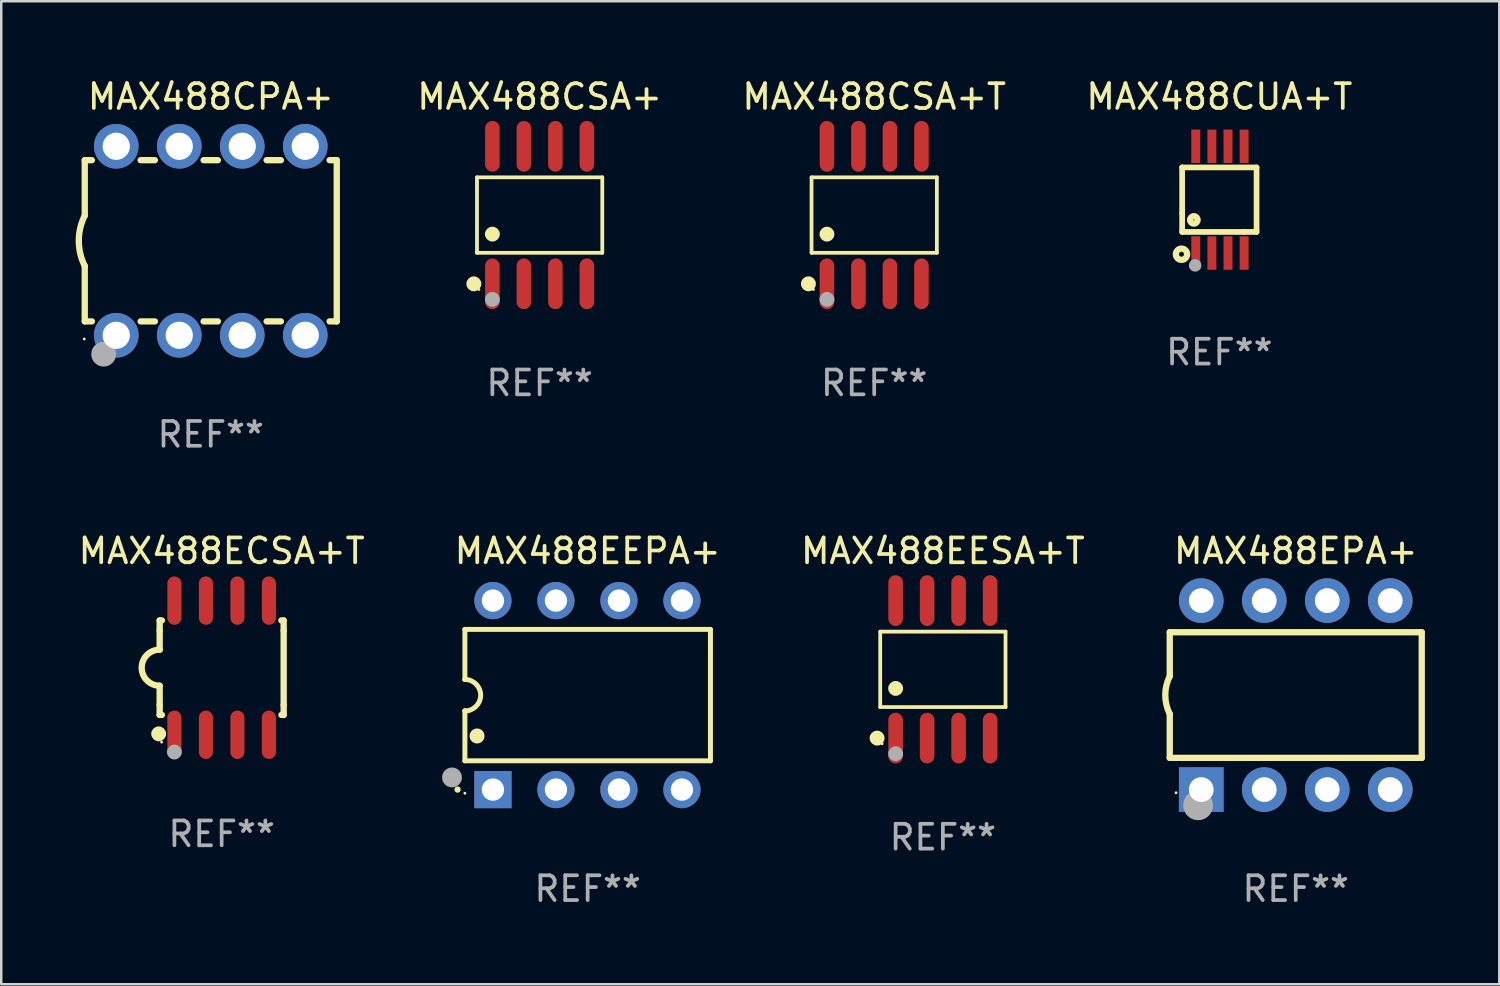
<source format=kicad_pcb>
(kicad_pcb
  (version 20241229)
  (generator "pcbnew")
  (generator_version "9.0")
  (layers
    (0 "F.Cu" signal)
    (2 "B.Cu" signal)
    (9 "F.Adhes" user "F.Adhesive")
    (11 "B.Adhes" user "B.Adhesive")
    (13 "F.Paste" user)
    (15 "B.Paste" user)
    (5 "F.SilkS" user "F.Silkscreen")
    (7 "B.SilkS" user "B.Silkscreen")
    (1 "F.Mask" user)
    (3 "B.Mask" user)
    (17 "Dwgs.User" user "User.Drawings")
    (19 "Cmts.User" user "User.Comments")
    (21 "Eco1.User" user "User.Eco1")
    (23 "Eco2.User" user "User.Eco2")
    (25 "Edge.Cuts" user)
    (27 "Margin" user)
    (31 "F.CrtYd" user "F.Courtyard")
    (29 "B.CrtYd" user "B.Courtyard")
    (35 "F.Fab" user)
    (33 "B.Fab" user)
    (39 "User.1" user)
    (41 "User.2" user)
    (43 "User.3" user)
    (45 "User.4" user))
  (footprint "MAX488EPA+"
    (layer "F.Cu")
    (at 49.192 24.975)
    (property "Reference" "MAX488EPA+" (at 0 -5.81 0) (layer "F.SilkS") (effects (font (size 1 1) (thickness 0.15))))
    (attr through_hole)
    (fp_line (start -5.08 -2.534) (end 5.08 -2.534) (stroke (width 0.254) (type solid)) (layer "F.SilkS"))
    (fp_line (start -5.08 -0.762) (end -5.08 -2.534) (stroke (width 0.254) (type solid)) (layer "F.SilkS"))
    (fp_line (start -5.08 2.531) (end -5.08 0.762) (stroke (width 0.254) (type solid)) (layer "F.SilkS"))
    (fp_line (start -5.08 2.531) (end 5.08 2.531) (stroke (width 0.254) (type solid)) (layer "F.SilkS"))
    (fp_line (start 5.08 2.531) (end 5.08 -2.534) (stroke (width 0.254) (type solid)) (layer "F.SilkS"))
    (fp_arc (start -5.08001 0.762001) (mid -5.259894 0) (end -5.08001 -0.762002) (stroke (width 0.254001) (type solid)) (layer "F.SilkS"))
    (fp_circle (center -4.826 3.937) (end -4.796 3.937) (stroke (width 0.06) (type solid)) (fill no) (layer "F.SilkS"))
    (fp_circle (center -3.937 4.445) (end -3.637 4.445) (stroke (width 0.6) (type solid)) (fill no) (layer "F.Fab"))
    (fp_text user "REF**" (at 0 7.81 0) (layer "F.Fab") (effects (font (size 1 1) (thickness 0.15))))
    (pad "1" thru_hole rect (at -3.81 3.81) (size 1.8 1.8) (drill 1) (layers "*.Cu" "*.Mask"))
    (pad "2" thru_hole circle (at -1.27 3.81) (size 1.8 1.8) (drill 1) (layers "*.Cu" "*.Mask"))
    (pad "3" thru_hole circle (at 1.27 3.81) (size 1.8 1.8) (drill 1) (layers "*.Cu" "*.Mask"))
    (pad "4" thru_hole circle (at 3.81 3.81) (size 1.8 1.8) (drill 1) (layers "*.Cu" "*.Mask"))
    (pad "5" thru_hole circle (at 3.81 -3.81) (size 1.8 1.8) (drill 1) (layers "*.Cu" "*.Mask"))
    (pad "6" thru_hole circle (at 1.27 -3.81) (size 1.8 1.8) (drill 1) (layers "*.Cu" "*.Mask"))
    (pad "7" thru_hole circle (at -1.27 -3.81) (size 1.8 1.8) (drill 1) (layers "*.Cu" "*.Mask"))
    (pad "8" thru_hole circle (at -3.81 -3.81) (size 1.8 1.8) (drill 1) (layers "*.Cu" "*.Mask")))
  (footprint "MAX488EEPA+"
    (layer "F.Cu")
    (at 20.644 24.975)
    (property "Reference" "MAX488EEPA+" (at 0 -5.81 0) (layer "F.SilkS") (effects (font (size 1 1) (thickness 0.15))))
    (attr through_hole)
    (fp_line (start -4.95 -2.649) (end 4.95 -2.649) (stroke (width 0.2) (type solid)) (layer "F.SilkS"))
    (fp_line (start -4.95 -0.635) (end -4.95 -2.649) (stroke (width 0.2) (type solid)) (layer "F.SilkS"))
    (fp_line (start -4.95 0.635) (end -4.95 0.64) (stroke (width 0.2) (type solid)) (layer "F.SilkS"))
    (fp_line (start -4.95 2.649) (end -4.95 0.635) (stroke (width 0.2) (type solid)) (layer "F.SilkS"))
    (fp_line (start -4.95 -0.64) (end -4.95 -0.635) (stroke (width 0.2) (type solid)) (layer "F.SilkS"))
    (fp_line (start 4.95 -2.649) (end 4.95 2.649) (stroke (width 0.2) (type solid)) (layer "F.SilkS"))
    (fp_line (start 4.95 2.649) (end -4.95 2.649) (stroke (width 0.2) (type solid)) (layer "F.SilkS"))
    (fp_arc (start -5.24511 3.810008) (mid -5.245117 3.808738) (end -5.24511 3.807468) (stroke (width 0.25) (type solid)) (layer "F.SilkS"))
    (fp_arc (start -4.950165 -0.629997) (mid -4.315164 0.005004) (end -4.950165 0.640005) (stroke (width 0.2) (type solid)) (layer "F.SilkS"))
    (fp_arc (start -4.460249 1.651003) (mid -4.46026 1.648463) (end -4.460249 1.645923) (stroke (width 0.6) (type solid)) (layer "F.SilkS"))
    (fp_circle (center -4.95 3.956) (end -4.92 3.956) (stroke (width 0.06) (type solid)) (fill no) (layer "F.SilkS"))
    (fp_circle (center -5.47 3.32) (end -5.27 3.32) (stroke (width 0.4) (type solid)) (fill no) (layer "F.Fab"))
    (fp_text user "REF**" (at 0 7.81 0) (layer "F.Fab") (effects (font (size 1 1) (thickness 0.15))))
    (pad "1" thru_hole rect (at -3.82 3.81) (size 1.5 1.5) (drill 0.9) (layers "*.Cu" "*.Mask"))
    (pad "2" thru_hole circle (at -1.28 3.81) (size 1.5 1.5) (drill 0.9) (layers "*.Cu" "*.Mask"))
    (pad "3" thru_hole circle (at 1.26 3.81) (size 1.5 1.5) (drill 0.9) (layers "*.Cu" "*.Mask"))
    (pad "4" thru_hole circle (at 3.8 3.81) (size 1.5 1.5) (drill 0.9) (layers "*.Cu" "*.Mask"))
    (pad "5" thru_hole circle (at 3.8 -3.81) (size 1.5 1.5) (drill 0.9) (layers "*.Cu" "*.Mask"))
    (pad "6" thru_hole circle (at 1.26 -3.81) (size 1.5 1.5) (drill 0.9) (layers "*.Cu" "*.Mask"))
    (pad "7" thru_hole circle (at -1.28 -3.81) (size 1.5 1.5) (drill 0.9) (layers "*.Cu" "*.Mask"))
    (pad "8" thru_hole circle (at -3.82 -3.81) (size 1.5 1.5) (drill 0.9) (layers "*.Cu" "*.Mask")))
  (footprint "MAX488CPA+"
    (layer "F.Cu")
    (at 5.447 6.658)
    (property "Reference" "MAX488CPA+" (at 0 -5.81 0) (layer "F.SilkS") (effects (font (size 1 1) (thickness 0.15))))
    (attr through_hole)
    (fp_line (start -5.08 -3.25) (end -5.08 -1.017) (stroke (width 0.254) (type solid)) (layer "F.SilkS"))
    (fp_line (start -5.08 -3.25) (end -4.792 -3.25) (stroke (width 0.254) (type solid)) (layer "F.SilkS"))
    (fp_line (start -5.08 3.25) (end -5.08 1.015) (stroke (width 0.254) (type solid)) (layer "F.SilkS"))
    (fp_line (start -5.08 3.25) (end -4.792 3.25) (stroke (width 0.254) (type solid)) (layer "F.SilkS"))
    (fp_line (start -2.828 -3.25) (end -2.252 -3.25) (stroke (width 0.254) (type solid)) (layer "F.SilkS"))
    (fp_line (start -2.828 3.25) (end -2.252 3.25) (stroke (width 0.254) (type solid)) (layer "F.SilkS"))
    (fp_line (start -0.288 -3.25) (end 0.288 -3.25) (stroke (width 0.254) (type solid)) (layer "F.SilkS"))
    (fp_line (start -0.288 3.25) (end 0.288 3.25) (stroke (width 0.254) (type solid)) (layer "F.SilkS"))
    (fp_line (start 2.252 -3.25) (end 2.828 -3.25) (stroke (width 0.254) (type solid)) (layer "F.SilkS"))
    (fp_line (start 2.252 3.25) (end 2.828 3.25) (stroke (width 0.254) (type solid)) (layer "F.SilkS"))
    (fp_line (start 4.792 -3.25) (end 5.08 -3.25) (stroke (width 0.254) (type solid)) (layer "F.SilkS"))
    (fp_line (start 4.792 3.25) (end 5.08 3.25) (stroke (width 0.254) (type solid)) (layer "F.SilkS"))
    (fp_line (start 5.08 -3.25) (end 5.08 3.25) (stroke (width 0.254) (type solid)) (layer "F.SilkS"))
    (fp_arc (start -5.08001 1.01524) (mid -5.319856 -0.000762) (end -5.08001 -1.016764) (stroke (width 0.254001) (type solid)) (layer "F.SilkS"))
    (fp_circle (center -5.1 3.96) (end -5.07 3.96) (stroke (width 0.06) (type solid)) (fill no) (layer "F.SilkS"))
    (fp_circle (center -4.318 4.572) (end -4.068 4.572) (stroke (width 0.5) (type solid)) (fill no) (layer "F.Fab"))
    (fp_text user "REF**" (at 0 7.81 0) (layer "F.Fab") (effects (font (size 1 1) (thickness 0.15))))
    (pad "1" thru_hole circle (at -3.81 3.81) (size 1.8 1.8) (drill 1.1) (layers "*.Cu" "*.Mask"))
    (pad "2" thru_hole circle (at -1.27 3.81) (size 1.8 1.8) (drill 1.1) (layers "*.Cu" "*.Mask"))
    (pad "3" thru_hole circle (at 1.27 3.81) (size 1.8 1.8) (drill 1.1) (layers "*.Cu" "*.Mask"))
    (pad "4" thru_hole circle (at 3.81 3.81) (size 1.8 1.8) (drill 1.1) (layers "*.Cu" "*.Mask"))
    (pad "5" thru_hole circle (at 3.81 -3.81) (size 1.8 1.8) (drill 1.1) (layers "*.Cu" "*.Mask"))
    (pad "6" thru_hole circle (at 1.27 -3.81) (size 1.8 1.8) (drill 1.1) (layers "*.Cu" "*.Mask"))
    (pad "7" thru_hole circle (at -1.27 -3.81) (size 1.8 1.8) (drill 1.1) (layers "*.Cu" "*.Mask"))
    (pad "8" thru_hole circle (at -3.81 -3.81) (size 1.8 1.8) (drill 1.1) (layers "*.Cu" "*.Mask")))
  (footprint "MAX488CSA+T"
    (layer "F.Cu")
    (at 32.196 5.621)
    (property "Reference" "MAX488CSA+T" (at 0 -4.772 0) (layer "F.SilkS") (effects (font (size 1 1) (thickness 0.15))))
    (attr through_hole)
    (fp_line (start -2.526 -1.521) (end 2.526 -1.521) (stroke (width 0.152) (type solid)) (layer "F.SilkS"))
    (fp_line (start -2.526 1.521) (end -2.526 -1.521) (stroke (width 0.152) (type solid)) (layer "F.SilkS"))
    (fp_line (start 2.526 -1.521) (end 2.526 1.521) (stroke (width 0.152) (type solid)) (layer "F.SilkS"))
    (fp_line (start 2.526 1.521) (end -2.526 1.521) (stroke (width 0.152) (type solid)) (layer "F.SilkS"))
    (fp_circle (center -2.652 2.772) (end -2.501 2.772) (stroke (width 0.3) (type solid)) (fill no) (layer "F.SilkS"))
    (fp_circle (center -2.45 3) (end -2.42 3) (stroke (width 0.06) (type solid)) (fill no) (layer "F.SilkS"))
    (fp_circle (center -1.905 0.769) (end -1.755 0.769) (stroke (width 0.3) (type solid)) (fill no) (layer "F.SilkS"))
    (fp_circle (center -1.905 3.4) (end -1.755 3.4) (stroke (width 0.3) (type solid)) (fill no) (layer "F.Fab"))
    (fp_text user "REF**" (at 0 6.772 0) (layer "F.Fab") (effects (font (size 1 1) (thickness 0.15))))
    (pad "1" smd oval (at -1.905 2.772) (size 0.588 2.045) (layers "F.Cu" "F.Mask" "F.Paste"))
    (pad "2" smd oval (at -0.635 2.772) (size 0.588 2.045) (layers "F.Cu" "F.Mask" "F.Paste"))
    (pad "3" smd oval (at 0.635 2.772) (size 0.588 2.045) (layers "F.Cu" "F.Mask" "F.Paste"))
    (pad "4" smd oval (at 1.905 2.772) (size 0.588 2.045) (layers "F.Cu" "F.Mask" "F.Paste"))
    (pad "5" smd oval (at 1.905 -2.772) (size 0.588 2.045) (layers "F.Cu" "F.Mask" "F.Paste"))
    (pad "6" smd oval (at 0.635 -2.772) (size 0.588 2.045) (layers "F.Cu" "F.Mask" "F.Paste"))
    (pad "7" smd oval (at -0.635 -2.772) (size 0.588 2.045) (layers "F.Cu" "F.Mask" "F.Paste"))
    (pad "8" smd oval (at -1.905 -2.772) (size 0.588 2.045) (layers "F.Cu" "F.Mask" "F.Paste")))
  (footprint "MAX488CSA+"
    (layer "F.Cu")
    (at 18.707 5.621)
    (property "Reference" "MAX488CSA+" (at 0 -4.772 0) (layer "F.SilkS") (effects (font (size 1 1) (thickness 0.15))))
    (attr through_hole)
    (fp_line (start -2.526 -1.521) (end 2.526 -1.521) (stroke (width 0.152) (type solid)) (layer "F.SilkS"))
    (fp_line (start -2.526 1.521) (end -2.526 -1.521) (stroke (width 0.152) (type solid)) (layer "F.SilkS"))
    (fp_line (start 2.526 -1.521) (end 2.526 1.521) (stroke (width 0.152) (type solid)) (layer "F.SilkS"))
    (fp_line (start 2.526 1.521) (end -2.526 1.521) (stroke (width 0.152) (type solid)) (layer "F.SilkS"))
    (fp_circle (center -2.652 2.772) (end -2.501 2.772) (stroke (width 0.3) (type solid)) (fill no) (layer "F.SilkS"))
    (fp_circle (center -2.45 3) (end -2.42 3) (stroke (width 0.06) (type solid)) (fill no) (layer "F.SilkS"))
    (fp_circle (center -1.905 0.769) (end -1.755 0.769) (stroke (width 0.3) (type solid)) (fill no) (layer "F.SilkS"))
    (fp_circle (center -1.905 3.4) (end -1.755 3.4) (stroke (width 0.3) (type solid)) (fill no) (layer "F.Fab"))
    (fp_text user "REF**" (at 0 6.772 0) (layer "F.Fab") (effects (font (size 1 1) (thickness 0.15))))
    (pad "1" smd oval (at -1.905 2.772) (size 0.588 2.045) (layers "F.Cu" "F.Mask" "F.Paste"))
    (pad "2" smd oval (at -0.635 2.772) (size 0.588 2.045) (layers "F.Cu" "F.Mask" "F.Paste"))
    (pad "3" smd oval (at 0.635 2.772) (size 0.588 2.045) (layers "F.Cu" "F.Mask" "F.Paste"))
    (pad "4" smd oval (at 1.905 2.772) (size 0.588 2.045) (layers "F.Cu" "F.Mask" "F.Paste"))
    (pad "5" smd oval (at 1.905 -2.772) (size 0.588 2.045) (layers "F.Cu" "F.Mask" "F.Paste"))
    (pad "6" smd oval (at 0.635 -2.772) (size 0.588 2.045) (layers "F.Cu" "F.Mask" "F.Paste"))
    (pad "7" smd oval (at -0.635 -2.772) (size 0.588 2.045) (layers "F.Cu" "F.Mask" "F.Paste"))
    (pad "8" smd oval (at -1.905 -2.772) (size 0.588 2.045) (layers "F.Cu" "F.Mask" "F.Paste")))
  (footprint "MAX488CUA+T"
    (layer "F.Cu")
    (at 46.112 5)
    (property "Reference" "MAX488CUA+T" (at 0 -4.152 0) (layer "F.SilkS") (effects (font (size 1 1) (thickness 0.15))))
    (attr through_hole)
    (fp_line (start -1.5 1.301) (end 1 1.301) (stroke (width 0.229) (type solid)) (layer "F.SilkS"))
    (fp_line (start -1.5 -1.299) (end -1.5 0.551) (stroke (width 0.229) (type solid)) (layer "F.SilkS"))
    (fp_line (start -1.5 0.551) (end -1.5 1.301) (stroke (width 0.229) (type solid)) (layer "F.SilkS"))
    (fp_line (start 1 1.301) (end 1.5 1.301) (stroke (width 0.229) (type solid)) (layer "F.SilkS"))
    (fp_line (start 1.5 1.301) (end 1.5 -1.299) (stroke (width 0.229) (type solid)) (layer "F.SilkS"))
    (fp_line (start 1.5 -1.299) (end -1.5 -1.299) (stroke (width 0.229) (type solid)) (layer "F.SilkS"))
    (fp_circle (center -1.526 2.2) (end -1.426 2.2) (stroke (width 0.254) (type solid)) (fill no) (layer "F.SilkS"))
    (fp_circle (center -1.476 2.45) (end -1.446 2.45) (stroke (width 0.06) (type solid)) (fill no) (layer "F.SilkS"))
    (fp_circle (center -1.028 0.817) (end -0.878 0.817) (stroke (width 0.254) (type solid)) (fill no) (layer "F.SilkS"))
    (fp_circle (center -0.976 2.65) (end -0.849 2.65) (stroke (width 0.254) (type solid)) (fill no) (layer "F.Fab"))
    (fp_text user "REF**" (at 0 6.152 0) (layer "F.Fab") (effects (font (size 1 1) (thickness 0.15))))
    (pad "1" smd rect (at -0.951 2.15) (size 0.36 1.35) (layers "F.Cu" "F.Mask" "F.Paste"))
    (pad "2" smd rect (at -0.301 2.152) (size 0.36 1.35) (layers "F.Cu" "F.Mask" "F.Paste"))
    (pad "3" smd rect (at 0.349 2.151) (size 0.36 1.35) (layers "F.Cu" "F.Mask" "F.Paste"))
    (pad "4" smd rect (at 0.999 2.152) (size 0.36 1.35) (layers "F.Cu" "F.Mask" "F.Paste"))
    (pad "5" smd rect (at 0.999 -2.149) (size 0.36 1.35) (layers "F.Cu" "F.Mask" "F.Paste"))
    (pad "6" smd rect (at 0.349 -2.152) (size 0.36 1.35) (layers "F.Cu" "F.Mask" "F.Paste"))
    (pad "7" smd rect (at -0.301 -2.149) (size 0.36 1.35) (layers "F.Cu" "F.Mask" "F.Paste"))
    (pad "8" smd rect (at -0.951 -2.152) (size 0.36 1.35) (layers "F.Cu" "F.Mask" "F.Paste")))
  (footprint "MAX488ECSA+T"
    (layer "F.Cu")
    (at 5.887 23.87)
    (property "Reference" "MAX488ECSA+T" (at 0 -4.705 0) (layer "F.SilkS") (effects (font (size 1 1) (thickness 0.15))))
    (attr through_hole)
    (fp_line (start -2.5 -1.905) (end -2.409 -1.905) (stroke (width 0.254) (type solid)) (layer "F.SilkS"))
    (fp_line (start -2.5 -1.5) (end -2.5 -1.905) (stroke (width 0.254) (type solid)) (layer "F.SilkS"))
    (fp_line (start -2.5 -1.5) (end -2.5 -0.726) (stroke (width 0.254) (type solid)) (layer "F.SilkS"))
    (fp_line (start -2.5 1.5) (end -2.5 0.727) (stroke (width 0.254) (type solid)) (layer "F.SilkS"))
    (fp_line (start -2.5 1.5) (end -2.5 1.905) (stroke (width 0.254) (type solid)) (layer "F.SilkS"))
    (fp_line (start -2.5 1.905) (end -2.409 1.905) (stroke (width 0.254) (type solid)) (layer "F.SilkS"))
    (fp_line (start 2.5 -1.905) (end 2.409 -1.905) (stroke (width 0.254) (type solid)) (layer "F.SilkS"))
    (fp_line (start 2.5 -1.5) (end 2.5 -1.905) (stroke (width 0.254) (type solid)) (layer "F.SilkS"))
    (fp_line (start 2.5 -1.5) (end 2.5 1.5) (stroke (width 0.254) (type solid)) (layer "F.SilkS"))
    (fp_line (start 2.5 1.5) (end 2.5 1.905) (stroke (width 0.254) (type solid)) (layer "F.SilkS"))
    (fp_line (start 2.5 1.905) (end 2.409 1.905) (stroke (width 0.254) (type solid)) (layer "F.SilkS"))
    (fp_arc (start -2.5 0.726568) (mid -3.220316 -0.0023) (end -2.495097 -0.726289) (stroke (width 0.254001) (type solid)) (layer "F.SilkS"))
    (fp_circle (center -2.54 2.667) (end -2.39 2.667) (stroke (width 0.3) (type solid)) (fill no) (layer "F.SilkS"))
    (fp_circle (center -2.42 3) (end -2.39 3) (stroke (width 0.06) (type solid)) (fill no) (layer "F.SilkS"))
    (fp_circle (center -1.905 3.4) (end -1.755 3.4) (stroke (width 0.3) (type solid)) (fill no) (layer "F.Fab"))
    (fp_text user "REF**" (at 0 6.705 0) (layer "F.Fab") (effects (font (size 1 1) (thickness 0.15))))
    (pad "1" smd oval (at -1.905 2.705) (size 0.568 1.95) (layers "F.Cu" "F.Mask" "F.Paste"))
    (pad "2" smd oval (at -0.635 2.705) (size 0.568 1.95) (layers "F.Cu" "F.Mask" "F.Paste"))
    (pad "3" smd oval (at 0.635 2.705) (size 0.568 1.95) (layers "F.Cu" "F.Mask" "F.Paste"))
    (pad "4" smd oval (at 1.905 2.705) (size 0.568 1.95) (layers "F.Cu" "F.Mask" "F.Paste"))
    (pad "5" smd oval (at 1.905 -2.705) (size 0.568 1.95) (layers "F.Cu" "F.Mask" "F.Paste"))
    (pad "6" smd oval (at 0.635 -2.705) (size 0.568 1.95) (layers "F.Cu" "F.Mask" "F.Paste"))
    (pad "7" smd oval (at -0.635 -2.705) (size 0.568 1.95) (layers "F.Cu" "F.Mask" "F.Paste"))
    (pad "8" smd oval (at -1.905 -2.705) (size 0.568 1.95) (layers "F.Cu" "F.Mask" "F.Paste")))
  (footprint "MAX488EESA+T"
    (layer "F.Cu")
    (at 34.965 23.937)
    (property "Reference" "MAX488EESA+T" (at 0 -4.772 0) (layer "F.SilkS") (effects (font (size 1 1) (thickness 0.15))))
    (attr through_hole)
    (fp_line (start -2.526 -1.521) (end 2.526 -1.521) (stroke (width 0.152) (type solid)) (layer "F.SilkS"))
    (fp_line (start -2.526 1.521) (end -2.526 -1.521) (stroke (width 0.152) (type solid)) (layer "F.SilkS"))
    (fp_line (start 2.526 -1.521) (end 2.526 1.521) (stroke (width 0.152) (type solid)) (layer "F.SilkS"))
    (fp_line (start 2.526 1.521) (end -2.526 1.521) (stroke (width 0.152) (type solid)) (layer "F.SilkS"))
    (fp_circle (center -2.652 2.772) (end -2.501 2.772) (stroke (width 0.3) (type solid)) (fill no) (layer "F.SilkS"))
    (fp_circle (center -2.45 3) (end -2.42 3) (stroke (width 0.06) (type solid)) (fill no) (layer "F.SilkS"))
    (fp_circle (center -1.905 0.769) (end -1.755 0.769) (stroke (width 0.3) (type solid)) (fill no) (layer "F.SilkS"))
    (fp_circle (center -1.905 3.4) (end -1.755 3.4) (stroke (width 0.3) (type solid)) (fill no) (layer "F.Fab"))
    (fp_text user "REF**" (at 0 6.772 0) (layer "F.Fab") (effects (font (size 1 1) (thickness 0.15))))
    (pad "1" smd oval (at -1.905 2.772) (size 0.588 2.045) (layers "F.Cu" "F.Mask" "F.Paste"))
    (pad "2" smd oval (at -0.635 2.772) (size 0.588 2.045) (layers "F.Cu" "F.Mask" "F.Paste"))
    (pad "3" smd oval (at 0.635 2.772) (size 0.588 2.045) (layers "F.Cu" "F.Mask" "F.Paste"))
    (pad "4" smd oval (at 1.905 2.772) (size 0.588 2.045) (layers "F.Cu" "F.Mask" "F.Paste"))
    (pad "5" smd oval (at 1.905 -2.772) (size 0.588 2.045) (layers "F.Cu" "F.Mask" "F.Paste"))
    (pad "6" smd oval (at 0.635 -2.772) (size 0.588 2.045) (layers "F.Cu" "F.Mask" "F.Paste"))
    (pad "7" smd oval (at -0.635 -2.772) (size 0.588 2.045) (layers "F.Cu" "F.Mask" "F.Paste"))
    (pad "8" smd oval (at -1.905 -2.772) (size 0.588 2.045) (layers "F.Cu" "F.Mask" "F.Paste")))
  (gr_rect
    (start -3 -3)
    (end 57.399 36.633)
    (stroke (width 0.1) (type default))
    (fill no)
    (layer "Edge.Cuts")))
</source>
